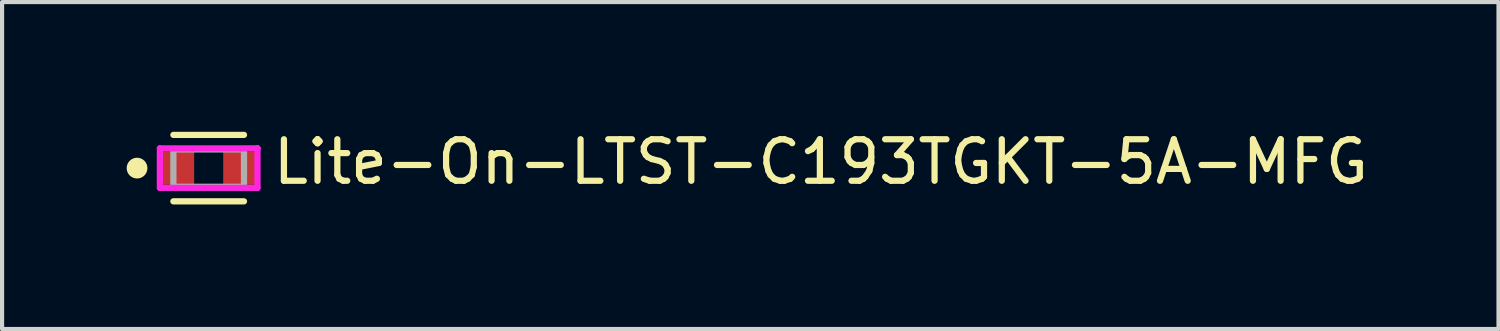
<source format=kicad_pcb>
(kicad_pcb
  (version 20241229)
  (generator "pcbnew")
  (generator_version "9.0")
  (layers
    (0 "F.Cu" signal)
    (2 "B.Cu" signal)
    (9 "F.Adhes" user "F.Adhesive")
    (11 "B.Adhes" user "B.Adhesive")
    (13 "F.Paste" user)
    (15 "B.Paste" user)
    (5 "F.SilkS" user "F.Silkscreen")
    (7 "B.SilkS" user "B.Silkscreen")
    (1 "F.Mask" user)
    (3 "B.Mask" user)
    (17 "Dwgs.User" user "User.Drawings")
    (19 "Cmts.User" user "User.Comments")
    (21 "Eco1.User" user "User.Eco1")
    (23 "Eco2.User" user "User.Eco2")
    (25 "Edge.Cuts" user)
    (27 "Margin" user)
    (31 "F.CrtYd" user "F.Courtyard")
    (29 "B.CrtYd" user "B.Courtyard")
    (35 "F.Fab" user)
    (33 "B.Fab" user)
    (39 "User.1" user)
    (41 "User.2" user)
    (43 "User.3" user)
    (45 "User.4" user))
  (footprint "Lite-On-LTST-C193TGKT-5A-MFG"
    (layer "F.Cu")
    (at 1.975 0.998)
    (property "Reference" "Lite-On-LTST-C193TGKT-5A-MFG" (at 1.475 -0.15 0) (layer "F.SilkS") (effects (font (size 1 1) (thickness 0.15)) (justify left)))
    (attr through_hole)
    (fp_line (start -0.85 -0.8) (end 0.85 -0.8) (stroke (width 0.15) (type solid)) (layer "F.SilkS"))
    (fp_line (start -0.85 0.8) (end 0.85 0.8) (stroke (width 0.15) (type solid)) (layer "F.SilkS"))
    (fp_circle (center -1.725 0) (end -1.6 0) (stroke (width 0.25) (type solid)) (fill no) (layer "F.SilkS"))
    (fp_line (start -1.175 -0.475) (end -1.175 0.475) (stroke (width 0.15) (type solid)) (layer "F.CrtYd"))
    (fp_line (start -1.175 0.475) (end 1.175 0.475) (stroke (width 0.15) (type solid)) (layer "F.CrtYd"))
    (fp_line (start 1.175 -0.475) (end -1.175 -0.475) (stroke (width 0.15) (type solid)) (layer "F.CrtYd"))
    (fp_line (start 1.175 -0.475) (end 1.175 -0.475) (stroke (width 0.15) (type solid)) (layer "F.CrtYd"))
    (fp_line (start 1.175 0.475) (end 1.175 -0.475) (stroke (width 0.15) (type solid)) (layer "F.CrtYd"))
    (fp_line (start -0.85 -0.45) (end 0.85 -0.45) (stroke (width 0.15) (type solid)) (layer "F.Fab"))
    (fp_line (start -0.85 0.45) (end -0.85 -0.45) (stroke (width 0.15) (type solid)) (layer "F.Fab"))
    (fp_line (start 0.85 -0.45) (end 0.85 0.45) (stroke (width 0.15) (type solid)) (layer "F.Fab"))
    (fp_line (start 0.85 0.45) (end -0.85 0.45) (stroke (width 0.15) (type solid)) (layer "F.Fab"))
    (pad "1" smd rect (at -0.75 0) (size 0.8 0.8) (layers "F.Cu" "F.Mask" "F.Paste"))
    (pad "2" smd rect (at 0.75 0) (size 0.8 0.8) (layers "F.Cu" "F.Mask" "F.Paste")))
  (gr_rect
    (start -3 -3)
    (end 33.033 4.873)
    (stroke (width 0.1) (type default))
    (fill no)
    (layer "Edge.Cuts")))
</source>
